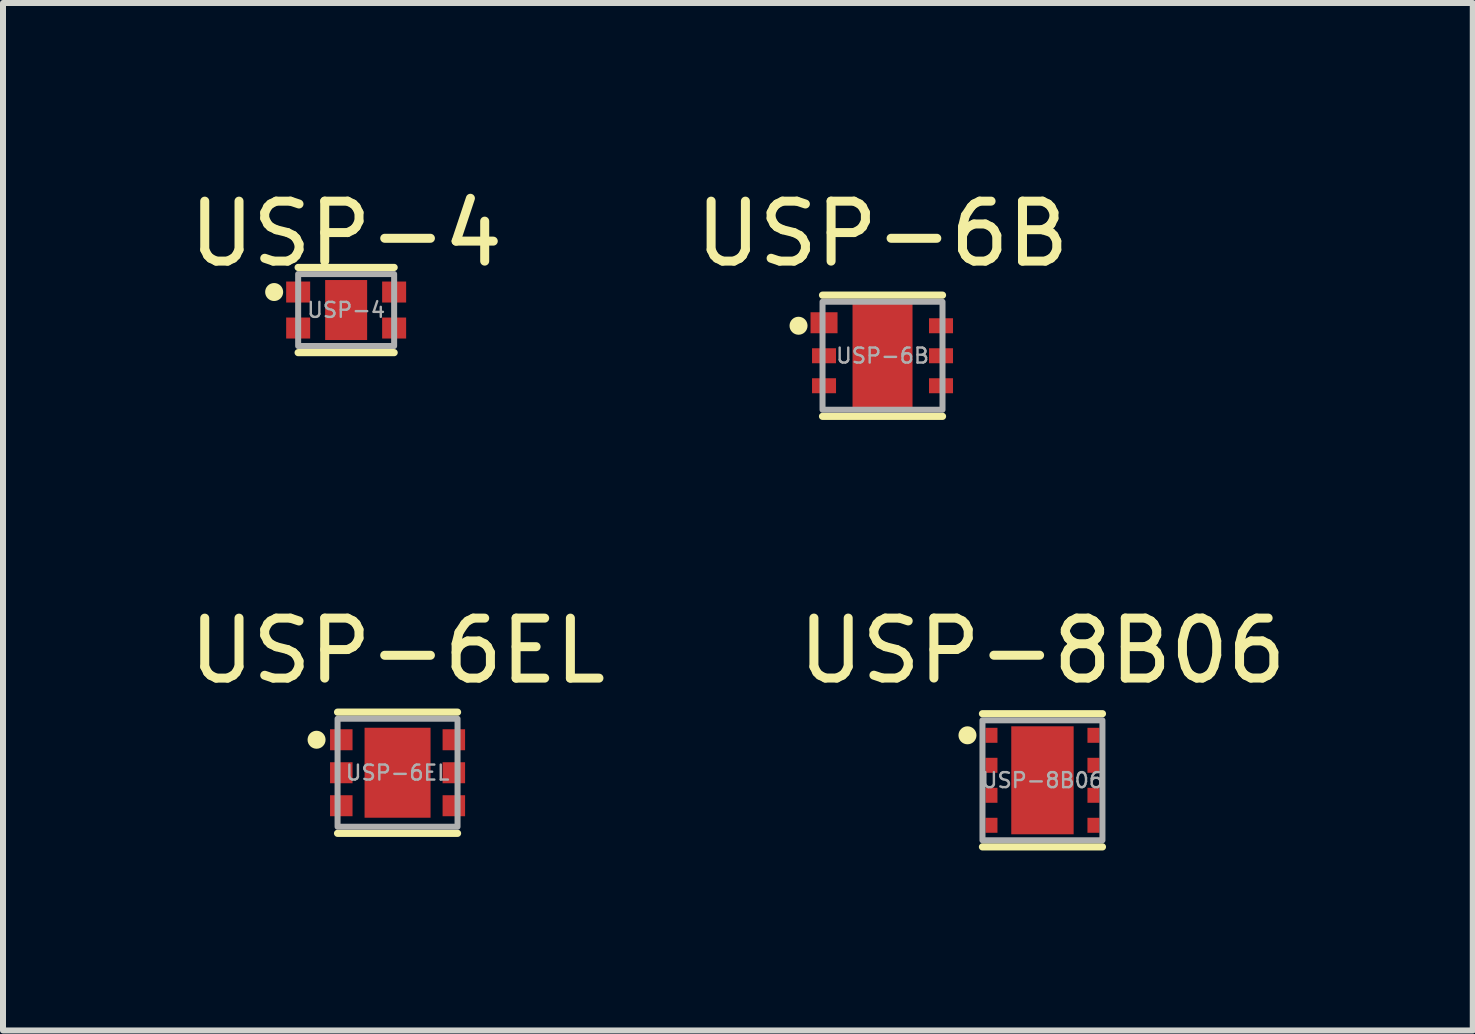
<source format=kicad_pcb>
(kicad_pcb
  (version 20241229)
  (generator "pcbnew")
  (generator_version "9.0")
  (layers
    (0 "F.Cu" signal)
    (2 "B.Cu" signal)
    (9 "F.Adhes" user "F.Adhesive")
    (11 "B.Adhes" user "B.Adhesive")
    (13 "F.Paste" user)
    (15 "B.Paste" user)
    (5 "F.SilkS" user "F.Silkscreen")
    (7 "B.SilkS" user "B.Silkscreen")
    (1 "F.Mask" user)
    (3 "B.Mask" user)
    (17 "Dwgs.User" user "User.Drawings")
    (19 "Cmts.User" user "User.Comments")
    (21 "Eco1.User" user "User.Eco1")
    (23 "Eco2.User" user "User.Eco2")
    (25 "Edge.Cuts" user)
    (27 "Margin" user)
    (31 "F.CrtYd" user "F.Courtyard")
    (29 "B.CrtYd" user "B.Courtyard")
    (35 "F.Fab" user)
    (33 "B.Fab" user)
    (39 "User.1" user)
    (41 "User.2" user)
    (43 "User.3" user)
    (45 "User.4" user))
  (footprint "USP-8B06"
    (layer "F.Cu")
    (at 14.327 9.957)
    (property "Reference" "USP-8B06" (at 0 -2.159 0) (unlocked yes) (layer "F.SilkS") (effects (font (size 1 1) (thickness 0.15))))
    (attr smd)
    (fp_line (start 1 -1.11) (end -1 -1.11) (stroke (width 0.12) (type solid)) (layer "F.SilkS"))
    (fp_line (start 1 1.11) (end -1 1.11) (stroke (width 0.12) (type solid)) (layer "F.SilkS"))
    (fp_circle (center -1.25 -0.75) (end -1.1 -0.75) (stroke (width 0) (type solid)) (fill yes) (layer "F.SilkS"))
    (fp_rect (start -1 -1) (end 1 1) (stroke (width 0.1) (type default)) (fill no) (layer "F.Fab"))
    (fp_text user "${REFERENCE}" (at 0 0 0) (unlocked yes) (layer "F.Fab") (effects (font (size 0.25 0.25) (thickness 0.04))))
    (pad "1" smd rect (at -0.85 -0.75) (size 0.2 0.25) (layers "F.Cu" "F.Mask" "F.Paste"))
    (pad "2" smd rect (at -0.85 -0.25) (size 0.2 0.25) (layers "F.Cu" "F.Mask" "F.Paste"))
    (pad "3" smd rect (at -0.85 0.25) (size 0.2 0.25) (layers "F.Cu" "F.Mask" "F.Paste"))
    (pad "4" smd rect (at -0.85 0.75) (size 0.2 0.25) (layers "F.Cu" "F.Mask" "F.Paste"))
    (pad "5" smd rect (at 0.85 0.75) (size 0.2 0.25) (layers "F.Cu" "F.Mask" "F.Paste"))
    (pad "6" smd rect (at 0.85 0.25) (size 0.2 0.25) (layers "F.Cu" "F.Mask" "F.Paste"))
    (pad "7" smd rect (at 0.85 -0.25) (size 0.2 0.25) (layers "F.Cu" "F.Mask" "F.Paste"))
    (pad "8" smd rect (at 0.85 -0.75) (size 0.2 0.25) (layers "F.Cu" "F.Mask" "F.Paste"))
    (pad "9" smd rect (at 0 0) (size 1.04 1.8) (layers "F.Cu" "F.Mask" "F.Paste")))
  (footprint "USP-4"
    (layer "F.Cu")
    (at 2.72 2.118)
    (property "Reference" "USP-4" (at 0 -1.27 0) (unlocked yes) (layer "F.SilkS") (effects (font (size 1 1) (thickness 0.15))))
    (attr smd)
    (fp_line (start 0.8 -0.71) (end -0.8 -0.71) (stroke (width 0.12) (type solid)) (layer "F.SilkS"))
    (fp_line (start 0.8 0.71) (end -0.8 0.71) (stroke (width 0.12) (type solid)) (layer "F.SilkS"))
    (fp_circle (center -1.2 -0.3) (end -1.05 -0.3) (stroke (width 0) (type solid)) (fill yes) (layer "F.SilkS"))
    (fp_rect (start -0.8 -0.6) (end 0.8 0.6) (stroke (width 0.1) (type default)) (fill no) (layer "F.Fab"))
    (fp_text user "${REFERENCE}" (at 0 0 0) (unlocked yes) (layer "F.Fab") (effects (font (size 0.25 0.25) (thickness 0.04))))
    (pad "1" smd rect (at -0.8 -0.3) (size 0.4 0.35) (layers "F.Cu" "F.Mask" "F.Paste"))
    (pad "2" smd rect (at -0.8 0.3) (size 0.4 0.35) (layers "F.Cu" "F.Mask" "F.Paste"))
    (pad "3" smd rect (at 0.8 0.3) (size 0.4 0.35) (layers "F.Cu" "F.Mask" "F.Paste"))
    (pad "4" smd rect (at 0.8 -0.3) (size 0.4 0.35) (layers "F.Cu" "F.Mask" "F.Paste"))
    (pad "5" smd rect (at 0 0) (size 0.7 1) (layers "F.Cu" "F.Mask" "F.Paste")))
  (footprint "USP-6B"
    (layer "F.Cu")
    (at 11.661 2.88)
    (property "Reference" "USP-6B" (at 0 -2.032 0) (unlocked yes) (layer "F.SilkS") (effects (font (size 1 1) (thickness 0.15))))
    (attr smd)
    (fp_line (start 1 -1.01) (end -1 -1.01) (stroke (width 0.12) (type solid)) (layer "F.SilkS"))
    (fp_line (start 1 1.01) (end -1 1.01) (stroke (width 0.12) (type solid)) (layer "F.SilkS"))
    (fp_circle (center -1.4 -0.5) (end -1.25 -0.5) (stroke (width 0) (type solid)) (fill yes) (layer "F.SilkS"))
    (fp_rect (start -1 -0.9) (end 1 0.9) (stroke (width 0.1) (type default)) (fill no) (layer "F.Fab"))
    (fp_text user "${REFERENCE}" (at 0 0 0) (unlocked yes) (layer "F.Fab") (effects (font (size 0.25 0.25) (thickness 0.04))))
    (pad "1" smd rect (at -0.975 -0.55) (size 0.45 0.35) (layers "F.Cu" "F.Mask" "F.Paste"))
    (pad "2" smd rect (at -0.975 0) (size 0.4 0.25) (layers "F.Cu" "F.Mask" "F.Paste"))
    (pad "3" smd rect (at -0.975 0.5) (size 0.4 0.25) (layers "F.Cu" "F.Mask" "F.Paste"))
    (pad "4" smd rect (at 0.975 0.5) (size 0.4 0.25) (layers "F.Cu" "F.Mask" "F.Paste"))
    (pad "5" smd rect (at 0.975 0) (size 0.4 0.25) (layers "F.Cu" "F.Mask" "F.Paste"))
    (pad "6" smd rect (at 0.975 -0.5) (size 0.4 0.25) (layers "F.Cu" "F.Mask" "F.Paste"))
    (pad "7" smd rect (at 0 0) (size 1 1.8) (layers "F.Cu" "F.Mask" "F.Paste")))
  (footprint "USP-6EL"
    (layer "F.Cu")
    (at 3.577 9.831)
    (property "Reference" "USP-6EL" (at 0 -2.032 0) (unlocked yes) (layer "F.SilkS") (effects (font (size 1 1) (thickness 0.15))))
    (attr smd)
    (fp_line (start 1 -1.01) (end -1 -1.01) (stroke (width 0.12) (type solid)) (layer "F.SilkS"))
    (fp_line (start 1 1.01) (end -1 1.01) (stroke (width 0.12) (type solid)) (layer "F.SilkS"))
    (fp_circle (center -1.35 -0.55) (end -1.2 -0.55) (stroke (width 0) (type solid)) (fill yes) (layer "F.SilkS"))
    (fp_rect (start -1 -0.9) (end 1 0.9) (stroke (width 0.1) (type default)) (fill no) (layer "F.Fab"))
    (fp_text user "${REFERENCE}" (at 0 0 0) (unlocked yes) (layer "F.Fab") (effects (font (size 0.25 0.25) (thickness 0.04))))
    (pad "1" smd rect (at -0.938 -0.55) (size 0.375 0.35) (layers "F.Cu" "F.Mask" "F.Paste"))
    (pad "2" smd rect (at -0.938 0) (size 0.375 0.35) (layers "F.Cu" "F.Mask" "F.Paste"))
    (pad "3" smd rect (at -0.938 0.55) (size 0.375 0.35) (layers "F.Cu" "F.Mask" "F.Paste"))
    (pad "4" smd rect (at 0.938 0.55) (size 0.375 0.35) (layers "F.Cu" "F.Mask" "F.Paste"))
    (pad "5" smd rect (at 0.938 0) (size 0.375 0.35) (layers "F.Cu" "F.Mask" "F.Paste"))
    (pad "6" smd rect (at 0.938 -0.55) (size 0.375 0.35) (layers "F.Cu" "F.Mask" "F.Paste"))
    (pad "7" smd rect (at 0 0) (size 1.1 1.5) (layers "F.Cu" "F.Mask" "F.Paste")))
  (gr_rect
    (start -3 -3)
    (end 21.5 14.127)
    (stroke (width 0.1) (type default))
    (fill no)
    (layer "Edge.Cuts")))
</source>
